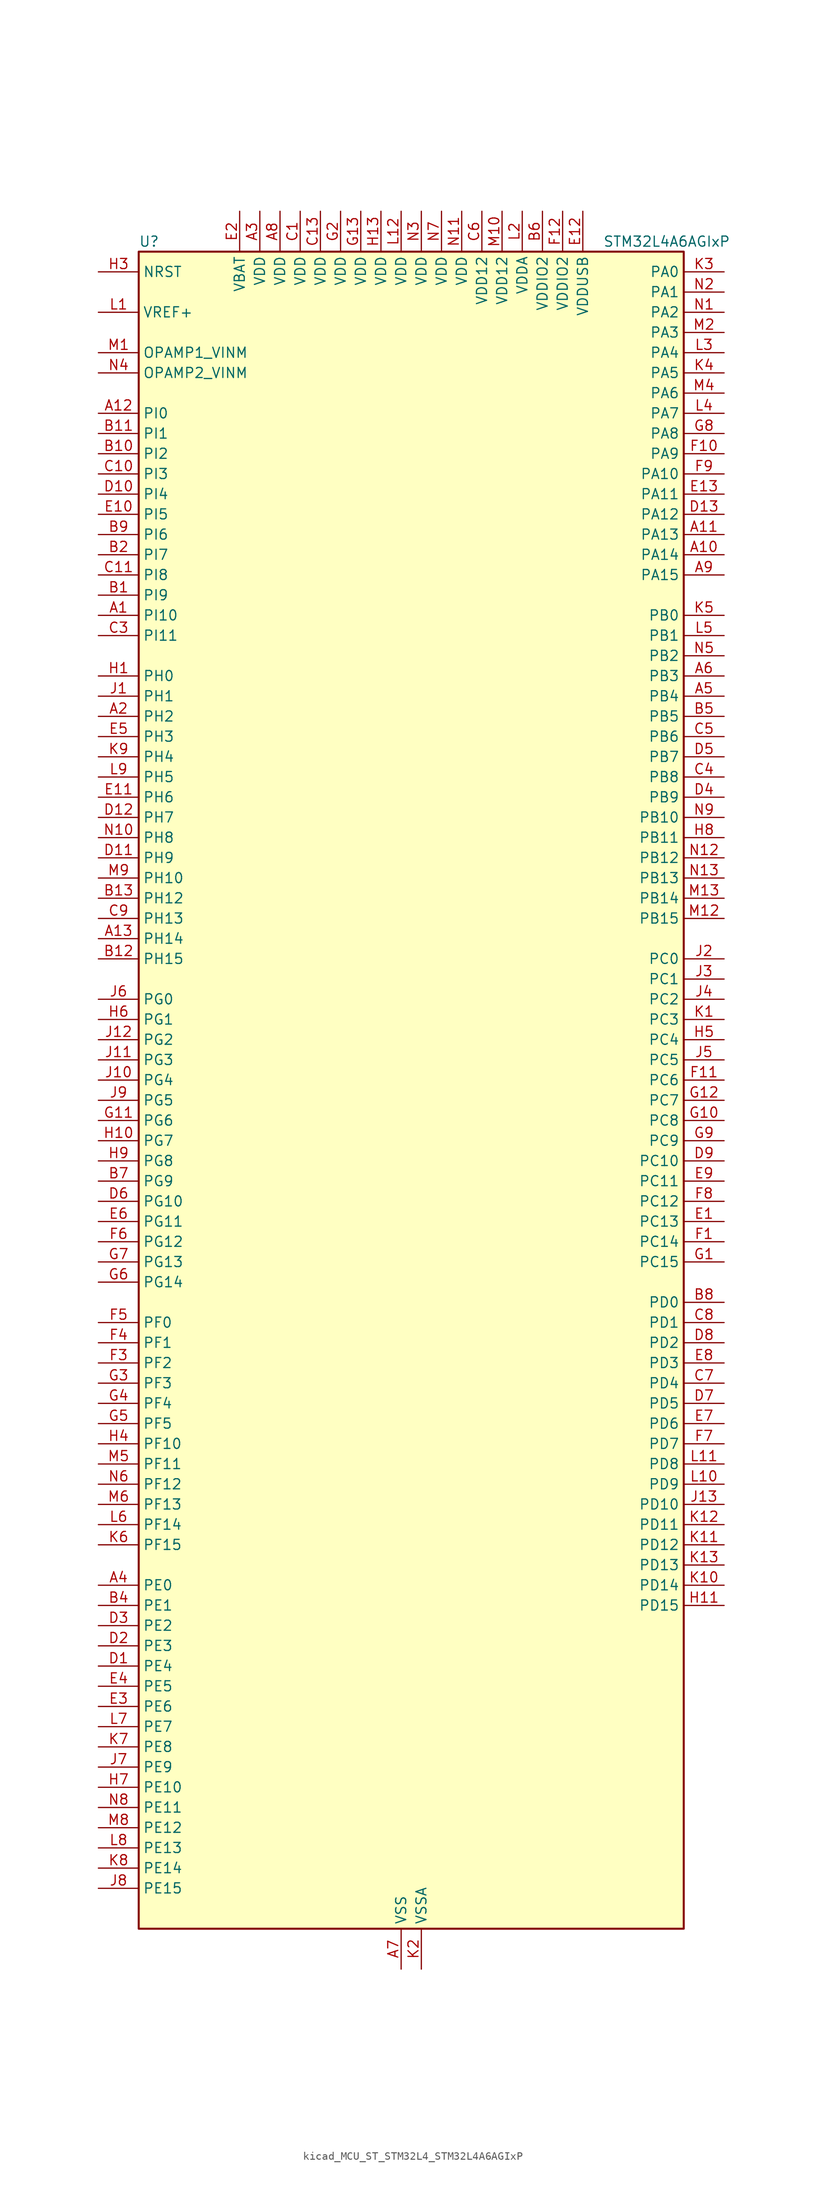
<source format=kicad_sym>
(kicad_symbol_lib
  (version 20220914)
  (generator kicad_symbol_editor)
  (symbol "kicad_MCU_ST_STM32L4_STM32L4A6AGIxP"
    (property "Reference" "U"
      (at -33.02 107.95 0)
      (effects (font (size 1.27 1.27)) (justify left)))
    (property "Value" "STM32L4A6AGIxP"
      (at 25.4 107.95 0)
      (effects (font (size 1.27 1.27)) (justify left)))
    (property "ki_locked" ""
      (at 0 0 0)
      (effects (font (size 1.27 1.27))))
    (symbol "kicad_MCU_ST_STM32L4_STM32L4A6AGIxP_0_1"
      (rectangle (start -33.02 -104.14) (end 35.56 106.68) (stroke (width 0.254) (type default)) (fill (type background))))
    (symbol "kicad_MCU_ST_STM32L4_STM32L4A6AGIxP_1_1"
      (pin bidirectional line (at -38.1 60.96 0) (length 5.08) (name "PI10" (effects (font (size 1.27 1.27)))) (number "A1" (effects (font (size 1.27 1.27)))))
      (pin bidirectional line (at 40.64 68.58 180) (length 5.08) (name "PA14" (effects (font (size 1.27 1.27)))) (number "A10" (effects (font (size 1.27 1.27)))) (alternate "I2C1_SMBA" bidirectional line) (alternate "I2C4_SMBA" bidirectional line) (alternate "LPTIM1_OUT" bidirectional line) (alternate "SAI1_FS_B" bidirectional line) (alternate "SWPMI1_RX" bidirectional line) (alternate "SYS_JTCK-SWCLK" bidirectional line) (alternate "USB_OTG_FS_SOF" bidirectional line))
      (pin bidirectional line (at 40.64 71.12 180) (length 5.08) (name "PA13" (effects (font (size 1.27 1.27)))) (number "A11" (effects (font (size 1.27 1.27)))) (alternate "IR_OUT" bidirectional line) (alternate "SAI1_SD_B" bidirectional line) (alternate "SWPMI1_TX" bidirectional line) (alternate "SYS_JTMS-SWDIO" bidirectional line) (alternate "USB_OTG_FS_NOE" bidirectional line))
      (pin bidirectional line (at -38.1 86.36 0) (length 5.08) (name "PI0" (effects (font (size 1.27 1.27)))) (number "A12" (effects (font (size 1.27 1.27)))) (alternate "DCMI_D13" bidirectional line) (alternate "SPI2_NSS" bidirectional line) (alternate "TIM5_CH4" bidirectional line))
      (pin bidirectional line (at -38.1 20.32 0) (length 5.08) (name "PH14" (effects (font (size 1.27 1.27)))) (number "A13" (effects (font (size 1.27 1.27)))) (alternate "DCMI_D4" bidirectional line) (alternate "TIM8_CH2N" bidirectional line))
      (pin bidirectional line (at -38.1 48.26 0) (length 5.08) (name "PH2" (effects (font (size 1.27 1.27)))) (number "A2" (effects (font (size 1.27 1.27)))) (alternate "QUADSPI_BK2_IO0" bidirectional line))
      (pin power_in line (at -17.78 111.76 270) (length 5.08) (name "VDD" (effects (font (size 1.27 1.27)))) (number "A3" (effects (font (size 1.27 1.27)))))
      (pin bidirectional line (at -38.1 -60.96 0) (length 5.08) (name "PE0" (effects (font (size 1.27 1.27)))) (number "A4" (effects (font (size 1.27 1.27)))) (alternate "DCMI_D2" bidirectional line) (alternate "FMC_NBL0" bidirectional line) (alternate "LCD_SEG36" bidirectional line) (alternate "TIM16_CH1" bidirectional line) (alternate "TIM4_ETR" bidirectional line))
      (pin bidirectional line (at 40.64 50.8 180) (length 5.08) (name "PB4" (effects (font (size 1.27 1.27)))) (number "A5" (effects (font (size 1.27 1.27)))) (alternate "COMP2_INP" bidirectional line) (alternate "DCMI_D12" bidirectional line) (alternate "I2C3_SDA" bidirectional line) (alternate "LCD_SEG8" bidirectional line) (alternate "SAI1_MCLK_B" bidirectional line) (alternate "SPI1_MISO" bidirectional line) (alternate "SPI3_MISO" bidirectional line) (alternate "SYS_JTRST" bidirectional line) (alternate "TIM17_BKIN" bidirectional line) (alternate "TIM3_CH1" bidirectional line) (alternate "TSC_G2_IO1" bidirectional line) (alternate "UART5_DE" bidirectional line) (alternate "UART5_RTS" bidirectional line) (alternate "USART1_CTS" bidirectional line))
      (pin bidirectional line (at 40.64 53.34 180) (length 5.08) (name "PB3" (effects (font (size 1.27 1.27)))) (number "A6" (effects (font (size 1.27 1.27)))) (alternate "COMP2_INM" bidirectional line) (alternate "CRS_SYNC" bidirectional line) (alternate "LCD_SEG7" bidirectional line) (alternate "SAI1_SCK_B" bidirectional line) (alternate "SPI1_SCK" bidirectional line) (alternate "SPI3_SCK" bidirectional line) (alternate "SYS_JTDO-SWO" bidirectional line) (alternate "TIM2_CH2" bidirectional line) (alternate "USART1_DE" bidirectional line) (alternate "USART1_RTS" bidirectional line))
      (pin power_in line (at 0 -109.22 90) (length 5.08) (name "VSS" (effects (font (size 1.27 1.27)))) (number "A7" (effects (font (size 1.27 1.27)))))
      (pin power_in line (at -15.24 111.76 270) (length 5.08) (name "VDD" (effects (font (size 1.27 1.27)))) (number "A8" (effects (font (size 1.27 1.27)))))
      (pin bidirectional line (at 40.64 66.04 180) (length 5.08) (name "PA15" (effects (font (size 1.27 1.27)))) (number "A9" (effects (font (size 1.27 1.27)))) (alternate "ADC1_EXTI15" bidirectional line) (alternate "ADC2_EXTI15" bidirectional line) (alternate "ADC3_EXTI15" bidirectional line) (alternate "LCD_SEG17" bidirectional line) (alternate "SAI2_FS_B" bidirectional line) (alternate "SPI1_NSS" bidirectional line) (alternate "SPI3_NSS" bidirectional line) (alternate "SWPMI1_SUSPEND" bidirectional line) (alternate "SYS_JTDI" bidirectional line) (alternate "TIM2_CH1" bidirectional line) (alternate "TIM2_ETR" bidirectional line) (alternate "TSC_G3_IO1" bidirectional line) (alternate "UART4_DE" bidirectional line) (alternate "UART4_RTS" bidirectional line) (alternate "USART2_RX" bidirectional line) (alternate "USART3_DE" bidirectional line) (alternate "USART3_RTS" bidirectional line))
      (pin bidirectional line (at -38.1 63.5 0) (length 5.08) (name "PI9" (effects (font (size 1.27 1.27)))) (number "B1" (effects (font (size 1.27 1.27)))) (alternate "CAN1_RX" bidirectional line) (alternate "DAC1_EXTI9" bidirectional line))
      (pin bidirectional line (at -38.1 81.28 0) (length 5.08) (name "PI2" (effects (font (size 1.27 1.27)))) (number "B10" (effects (font (size 1.27 1.27)))) (alternate "DCMI_D9" bidirectional line) (alternate "SPI2_MISO" bidirectional line) (alternate "TIM8_CH4" bidirectional line))
      (pin bidirectional line (at -38.1 83.82 0) (length 5.08) (name "PI1" (effects (font (size 1.27 1.27)))) (number "B11" (effects (font (size 1.27 1.27)))) (alternate "DCMI_D8" bidirectional line) (alternate "SPI2_SCK" bidirectional line))
      (pin bidirectional line (at -38.1 17.78 0) (length 5.08) (name "PH15" (effects (font (size 1.27 1.27)))) (number "B12" (effects (font (size 1.27 1.27)))) (alternate "ADC1_EXTI15" bidirectional line) (alternate "ADC2_EXTI15" bidirectional line) (alternate "ADC3_EXTI15" bidirectional line) (alternate "DCMI_D11" bidirectional line) (alternate "TIM8_CH3N" bidirectional line))
      (pin bidirectional line (at -38.1 25.4 0) (length 5.08) (name "PH12" (effects (font (size 1.27 1.27)))) (number "B13" (effects (font (size 1.27 1.27)))) (alternate "DCMI_D3" bidirectional line) (alternate "TIM5_CH3" bidirectional line))
      (pin bidirectional line (at -38.1 68.58 0) (length 5.08) (name "PI7" (effects (font (size 1.27 1.27)))) (number "B2" (effects (font (size 1.27 1.27)))) (alternate "DCMI_D7" bidirectional line) (alternate "TIM8_CH3" bidirectional line))
      (pin passive line (at 0 -109.22 90) (length 5.08) hide (name "VSS" (effects (font (size 1.27 1.27)))) (number "B3" (effects (font (size 1.27 1.27)))))
      (pin bidirectional line (at -38.1 -63.5 0) (length 5.08) (name "PE1" (effects (font (size 1.27 1.27)))) (number "B4" (effects (font (size 1.27 1.27)))) (alternate "DCMI_D3" bidirectional line) (alternate "FMC_NBL1" bidirectional line) (alternate "LCD_SEG37" bidirectional line) (alternate "TIM17_CH1" bidirectional line))
      (pin bidirectional line (at 40.64 48.26 180) (length 5.08) (name "PB5" (effects (font (size 1.27 1.27)))) (number "B5" (effects (font (size 1.27 1.27)))) (alternate "CAN2_RX" bidirectional line) (alternate "COMP2_OUT" bidirectional line) (alternate "DCMI_D10" bidirectional line) (alternate "I2C1_SMBA" bidirectional line) (alternate "LCD_SEG9" bidirectional line) (alternate "LPTIM1_IN1" bidirectional line) (alternate "SAI1_SD_B" bidirectional line) (alternate "SPI1_MOSI" bidirectional line) (alternate "SPI3_MOSI" bidirectional line) (alternate "TIM16_BKIN" bidirectional line) (alternate "TIM3_CH2" bidirectional line) (alternate "TSC_G2_IO2" bidirectional line) (alternate "UART5_CTS" bidirectional line) (alternate "USART1_CK" bidirectional line))
      (pin power_in line (at 17.78 111.76 270) (length 5.08) (name "VDDIO2" (effects (font (size 1.27 1.27)))) (number "B6" (effects (font (size 1.27 1.27)))))
      (pin bidirectional line (at -38.1 -10.16 0) (length 5.08) (name "PG9" (effects (font (size 1.27 1.27)))) (number "B7" (effects (font (size 1.27 1.27)))) (alternate "DAC1_EXTI9" bidirectional line) (alternate "FMC_NCE" bidirectional line) (alternate "FMC_NE2" bidirectional line) (alternate "SAI2_SCK_A" bidirectional line) (alternate "SPI3_SCK" bidirectional line) (alternate "TIM15_CH1N" bidirectional line) (alternate "USART1_TX" bidirectional line))
      (pin bidirectional line (at 40.64 -25.4 180) (length 5.08) (name "PD0" (effects (font (size 1.27 1.27)))) (number "B8" (effects (font (size 1.27 1.27)))) (alternate "CAN1_RX" bidirectional line) (alternate "DFSDM1_DATIN7" bidirectional line) (alternate "FMC_D2" bidirectional line) (alternate "FMC_DA2" bidirectional line) (alternate "SPI2_NSS" bidirectional line))
      (pin bidirectional line (at -38.1 71.12 0) (length 5.08) (name "PI6" (effects (font (size 1.27 1.27)))) (number "B9" (effects (font (size 1.27 1.27)))) (alternate "DCMI_D6" bidirectional line) (alternate "TIM8_CH2" bidirectional line))
      (pin power_in line (at -12.7 111.76 270) (length 5.08) (name "VDD" (effects (font (size 1.27 1.27)))) (number "C1" (effects (font (size 1.27 1.27)))))
      (pin bidirectional line (at -38.1 78.74 0) (length 5.08) (name "PI3" (effects (font (size 1.27 1.27)))) (number "C10" (effects (font (size 1.27 1.27)))) (alternate "DCMI_D10" bidirectional line) (alternate "SPI2_MOSI" bidirectional line) (alternate "TIM8_ETR" bidirectional line))
      (pin bidirectional line (at -38.1 66.04 0) (length 5.08) (name "PI8" (effects (font (size 1.27 1.27)))) (number "C11" (effects (font (size 1.27 1.27)))) (alternate "DCMI_D12" bidirectional line))
      (pin passive line (at 0 -109.22 90) (length 5.08) hide (name "VSS" (effects (font (size 1.27 1.27)))) (number "C12" (effects (font (size 1.27 1.27)))))
      (pin power_in line (at -10.16 111.76 270) (length 5.08) (name "VDD" (effects (font (size 1.27 1.27)))) (number "C13" (effects (font (size 1.27 1.27)))))
      (pin passive line (at 0 -109.22 90) (length 5.08) hide (name "VSS" (effects (font (size 1.27 1.27)))) (number "C2" (effects (font (size 1.27 1.27)))))
      (pin bidirectional line (at -38.1 58.42 0) (length 5.08) (name "PI11" (effects (font (size 1.27 1.27)))) (number "C3" (effects (font (size 1.27 1.27)))) (alternate "ADC1_EXTI11" bidirectional line) (alternate "ADC2_EXTI11" bidirectional line) (alternate "ADC3_EXTI11" bidirectional line))
      (pin bidirectional line (at 40.64 40.64 180) (length 5.08) (name "PB8" (effects (font (size 1.27 1.27)))) (number "C4" (effects (font (size 1.27 1.27)))) (alternate "CAN1_RX" bidirectional line) (alternate "DCMI_D6" bidirectional line) (alternate "DFSDM1_DATIN6" bidirectional line) (alternate "I2C1_SCL" bidirectional line) (alternate "LCD_SEG16" bidirectional line) (alternate "SAI1_MCLK_A" bidirectional line) (alternate "SDMMC1_D4" bidirectional line) (alternate "TIM16_CH1" bidirectional line) (alternate "TIM4_CH3" bidirectional line))
      (pin bidirectional line (at 40.64 45.72 180) (length 5.08) (name "PB6" (effects (font (size 1.27 1.27)))) (number "C5" (effects (font (size 1.27 1.27)))) (alternate "CAN2_TX" bidirectional line) (alternate "COMP2_INP" bidirectional line) (alternate "DCMI_D5" bidirectional line) (alternate "DFSDM1_DATIN5" bidirectional line) (alternate "I2C1_SCL" bidirectional line) (alternate "I2C4_SCL" bidirectional line) (alternate "LPTIM1_ETR" bidirectional line) (alternate "SAI1_FS_B" bidirectional line) (alternate "TIM16_CH1N" bidirectional line) (alternate "TIM4_CH1" bidirectional line) (alternate "TIM8_BKIN2" bidirectional line) (alternate "TIM8_BKIN2_COMP2" bidirectional line) (alternate "TSC_G2_IO3" bidirectional line) (alternate "USART1_TX" bidirectional line))
      (pin power_in line (at 10.16 111.76 270) (length 5.08) (name "VDD12" (effects (font (size 1.27 1.27)))) (number "C6" (effects (font (size 1.27 1.27)))))
      (pin bidirectional line (at 40.64 -35.56 180) (length 5.08) (name "PD4" (effects (font (size 1.27 1.27)))) (number "C7" (effects (font (size 1.27 1.27)))) (alternate "DFSDM1_CKIN0" bidirectional line) (alternate "FMC_NOE" bidirectional line) (alternate "QUADSPI_BK2_IO0" bidirectional line) (alternate "SPI2_MOSI" bidirectional line) (alternate "USART2_DE" bidirectional line) (alternate "USART2_RTS" bidirectional line))
      (pin bidirectional line (at 40.64 -27.94 180) (length 5.08) (name "PD1" (effects (font (size 1.27 1.27)))) (number "C8" (effects (font (size 1.27 1.27)))) (alternate "CAN1_TX" bidirectional line) (alternate "DFSDM1_CKIN7" bidirectional line) (alternate "FMC_D3" bidirectional line) (alternate "FMC_DA3" bidirectional line) (alternate "SPI2_SCK" bidirectional line))
      (pin bidirectional line (at -38.1 22.86 0) (length 5.08) (name "PH13" (effects (font (size 1.27 1.27)))) (number "C9" (effects (font (size 1.27 1.27)))) (alternate "CAN1_TX" bidirectional line) (alternate "TIM8_CH1N" bidirectional line))
      (pin bidirectional line (at -38.1 -71.12 0) (length 5.08) (name "PE4" (effects (font (size 1.27 1.27)))) (number "D1" (effects (font (size 1.27 1.27)))) (alternate "DCMI_D4" bidirectional line) (alternate "DFSDM1_DATIN3" bidirectional line) (alternate "FMC_A20" bidirectional line) (alternate "SAI1_FS_A" bidirectional line) (alternate "SYS_TRACED1" bidirectional line) (alternate "TIM3_CH2" bidirectional line) (alternate "TSC_G7_IO3" bidirectional line))
      (pin bidirectional line (at -38.1 76.2 0) (length 5.08) (name "PI4" (effects (font (size 1.27 1.27)))) (number "D10" (effects (font (size 1.27 1.27)))) (alternate "DCMI_D5" bidirectional line) (alternate "TIM8_BKIN" bidirectional line))
      (pin bidirectional line (at -38.1 30.48 0) (length 5.08) (name "PH9" (effects (font (size 1.27 1.27)))) (number "D11" (effects (font (size 1.27 1.27)))) (alternate "DAC1_EXTI9" bidirectional line) (alternate "DCMI_D0" bidirectional line) (alternate "I2C3_SMBA" bidirectional line))
      (pin bidirectional line (at -38.1 35.56 0) (length 5.08) (name "PH7" (effects (font (size 1.27 1.27)))) (number "D12" (effects (font (size 1.27 1.27)))) (alternate "DCMI_D9" bidirectional line) (alternate "I2C3_SCL" bidirectional line))
      (pin bidirectional line (at 40.64 73.66 180) (length 5.08) (name "PA12" (effects (font (size 1.27 1.27)))) (number "D13" (effects (font (size 1.27 1.27)))) (alternate "CAN1_TX" bidirectional line) (alternate "SPI1_MOSI" bidirectional line) (alternate "TIM1_ETR" bidirectional line) (alternate "USART1_DE" bidirectional line) (alternate "USART1_RTS" bidirectional line) (alternate "USB_OTG_FS_DP" bidirectional line))
      (pin bidirectional line (at -38.1 -68.58 0) (length 5.08) (name "PE3" (effects (font (size 1.27 1.27)))) (number "D2" (effects (font (size 1.27 1.27)))) (alternate "FMC_A19" bidirectional line) (alternate "LCD_SEG39" bidirectional line) (alternate "SAI1_SD_B" bidirectional line) (alternate "SYS_TRACED0" bidirectional line) (alternate "TIM3_CH1" bidirectional line) (alternate "TSC_G7_IO2" bidirectional line))
      (pin bidirectional line (at -38.1 -66.04 0) (length 5.08) (name "PE2" (effects (font (size 1.27 1.27)))) (number "D3" (effects (font (size 1.27 1.27)))) (alternate "FMC_A23" bidirectional line) (alternate "LCD_SEG38" bidirectional line) (alternate "SAI1_MCLK_A" bidirectional line) (alternate "SYS_TRACECLK" bidirectional line) (alternate "TIM3_ETR" bidirectional line) (alternate "TSC_G7_IO1" bidirectional line))
      (pin bidirectional line (at 40.64 38.1 180) (length 5.08) (name "PB9" (effects (font (size 1.27 1.27)))) (number "D4" (effects (font (size 1.27 1.27)))) (alternate "CAN1_TX" bidirectional line) (alternate "DAC1_EXTI9" bidirectional line) (alternate "DCMI_D7" bidirectional line) (alternate "DFSDM1_CKIN6" bidirectional line) (alternate "I2C1_SDA" bidirectional line) (alternate "IR_OUT" bidirectional line) (alternate "LCD_COM3" bidirectional line) (alternate "SAI1_FS_A" bidirectional line) (alternate "SDMMC1_D5" bidirectional line) (alternate "SPI2_NSS" bidirectional line) (alternate "TIM17_CH1" bidirectional line) (alternate "TIM4_CH4" bidirectional line))
      (pin bidirectional line (at 40.64 43.18 180) (length 5.08) (name "PB7" (effects (font (size 1.27 1.27)))) (number "D5" (effects (font (size 1.27 1.27)))) (alternate "COMP2_INM" bidirectional line) (alternate "DCMI_VSYNC" bidirectional line) (alternate "DFSDM1_CKIN5" bidirectional line) (alternate "FMC_NL" bidirectional line) (alternate "I2C1_SDA" bidirectional line) (alternate "I2C4_SDA" bidirectional line) (alternate "LCD_SEG21" bidirectional line) (alternate "LPTIM1_IN2" bidirectional line) (alternate "SYS_PVD_IN" bidirectional line) (alternate "TIM17_CH1N" bidirectional line) (alternate "TIM4_CH2" bidirectional line) (alternate "TIM8_BKIN" bidirectional line) (alternate "TIM8_BKIN_COMP1" bidirectional line) (alternate "TSC_G2_IO4" bidirectional line) (alternate "UART4_CTS" bidirectional line) (alternate "USART1_RX" bidirectional line))
      (pin bidirectional line (at -38.1 -12.7 0) (length 5.08) (name "PG10" (effects (font (size 1.27 1.27)))) (number "D6" (effects (font (size 1.27 1.27)))) (alternate "FMC_NE3" bidirectional line) (alternate "LPTIM1_IN1" bidirectional line) (alternate "SAI2_FS_A" bidirectional line) (alternate "SPI3_MISO" bidirectional line) (alternate "TIM15_CH1" bidirectional line) (alternate "USART1_RX" bidirectional line))
      (pin bidirectional line (at 40.64 -38.1 180) (length 5.08) (name "PD5" (effects (font (size 1.27 1.27)))) (number "D7" (effects (font (size 1.27 1.27)))) (alternate "FMC_NWE" bidirectional line) (alternate "QUADSPI_BK2_IO1" bidirectional line) (alternate "USART2_TX" bidirectional line))
      (pin bidirectional line (at 40.64 -30.48 180) (length 5.08) (name "PD2" (effects (font (size 1.27 1.27)))) (number "D8" (effects (font (size 1.27 1.27)))) (alternate "DCMI_D11" bidirectional line) (alternate "LCD_COM7" bidirectional line) (alternate "LCD_SEG31" bidirectional line) (alternate "LCD_SEG43" bidirectional line) (alternate "SDMMC1_CMD" bidirectional line) (alternate "SYS_TRACED2" bidirectional line) (alternate "TIM3_ETR" bidirectional line) (alternate "TSC_SYNC" bidirectional line) (alternate "UART5_RX" bidirectional line) (alternate "USART3_DE" bidirectional line) (alternate "USART3_RTS" bidirectional line))
      (pin bidirectional line (at 40.64 -7.62 180) (length 5.08) (name "PC10" (effects (font (size 1.27 1.27)))) (number "D9" (effects (font (size 1.27 1.27)))) (alternate "DCMI_D8" bidirectional line) (alternate "LCD_COM4" bidirectional line) (alternate "LCD_SEG28" bidirectional line) (alternate "LCD_SEG40" bidirectional line) (alternate "SAI2_SCK_B" bidirectional line) (alternate "SDMMC1_D2" bidirectional line) (alternate "SPI3_SCK" bidirectional line) (alternate "SYS_TRACED1" bidirectional line) (alternate "TSC_G3_IO2" bidirectional line) (alternate "UART4_TX" bidirectional line) (alternate "USART3_TX" bidirectional line))
      (pin bidirectional line (at 40.64 -15.24 180) (length 5.08) (name "PC13" (effects (font (size 1.27 1.27)))) (number "E1" (effects (font (size 1.27 1.27)))) (alternate "RTC_OUT_ALARM" bidirectional line) (alternate "RTC_OUT_CALIB" bidirectional line) (alternate "RTC_TAMP1" bidirectional line) (alternate "RTC_TS" bidirectional line) (alternate "SYS_WKUP2" bidirectional line))
      (pin bidirectional line (at -38.1 73.66 0) (length 5.08) (name "PI5" (effects (font (size 1.27 1.27)))) (number "E10" (effects (font (size 1.27 1.27)))) (alternate "DCMI_VSYNC" bidirectional line) (alternate "TIM8_CH1" bidirectional line))
      (pin bidirectional line (at -38.1 38.1 0) (length 5.08) (name "PH6" (effects (font (size 1.27 1.27)))) (number "E11" (effects (font (size 1.27 1.27)))) (alternate "DCMI_D8" bidirectional line) (alternate "I2C2_SMBA" bidirectional line))
      (pin power_in line (at 22.86 111.76 270) (length 5.08) (name "VDDUSB" (effects (font (size 1.27 1.27)))) (number "E12" (effects (font (size 1.27 1.27)))))
      (pin bidirectional line (at 40.64 76.2 180) (length 5.08) (name "PA11" (effects (font (size 1.27 1.27)))) (number "E13" (effects (font (size 1.27 1.27)))) (alternate "ADC1_EXTI11" bidirectional line) (alternate "ADC2_EXTI11" bidirectional line) (alternate "ADC3_EXTI11" bidirectional line) (alternate "CAN1_RX" bidirectional line) (alternate "SPI1_MISO" bidirectional line) (alternate "TIM1_BKIN2" bidirectional line) (alternate "TIM1_BKIN2_COMP1" bidirectional line) (alternate "TIM1_CH4" bidirectional line) (alternate "USART1_CTS" bidirectional line) (alternate "USB_OTG_FS_DM" bidirectional line))
      (pin power_in line (at -20.32 111.76 270) (length 5.08) (name "VBAT" (effects (font (size 1.27 1.27)))) (number "E2" (effects (font (size 1.27 1.27)))))
      (pin bidirectional line (at -38.1 -76.2 0) (length 5.08) (name "PE6" (effects (font (size 1.27 1.27)))) (number "E3" (effects (font (size 1.27 1.27)))) (alternate "DCMI_D7" bidirectional line) (alternate "FMC_A22" bidirectional line) (alternate "RTC_TAMP3" bidirectional line) (alternate "SAI1_SD_A" bidirectional line) (alternate "SYS_TRACED3" bidirectional line) (alternate "SYS_WKUP3" bidirectional line) (alternate "TIM3_CH4" bidirectional line))
      (pin bidirectional line (at -38.1 -73.66 0) (length 5.08) (name "PE5" (effects (font (size 1.27 1.27)))) (number "E4" (effects (font (size 1.27 1.27)))) (alternate "DCMI_D6" bidirectional line) (alternate "DFSDM1_CKIN3" bidirectional line) (alternate "FMC_A21" bidirectional line) (alternate "SAI1_SCK_A" bidirectional line) (alternate "SYS_TRACED2" bidirectional line) (alternate "TIM3_CH3" bidirectional line) (alternate "TSC_G7_IO4" bidirectional line))
      (pin bidirectional line (at -38.1 45.72 0) (length 5.08) (name "PH3" (effects (font (size 1.27 1.27)))) (number "E5" (effects (font (size 1.27 1.27)))))
      (pin bidirectional line (at -38.1 -15.24 0) (length 5.08) (name "PG11" (effects (font (size 1.27 1.27)))) (number "E6" (effects (font (size 1.27 1.27)))) (alternate "ADC1_EXTI11" bidirectional line) (alternate "ADC2_EXTI11" bidirectional line) (alternate "ADC3_EXTI11" bidirectional line) (alternate "LPTIM1_IN2" bidirectional line) (alternate "SAI2_MCLK_A" bidirectional line) (alternate "SPI3_MOSI" bidirectional line) (alternate "TIM15_CH2" bidirectional line) (alternate "USART1_CTS" bidirectional line))
      (pin bidirectional line (at 40.64 -40.64 180) (length 5.08) (name "PD6" (effects (font (size 1.27 1.27)))) (number "E7" (effects (font (size 1.27 1.27)))) (alternate "DCMI_D10" bidirectional line) (alternate "DFSDM1_DATIN1" bidirectional line) (alternate "FMC_NWAIT" bidirectional line) (alternate "QUADSPI_BK2_IO1" bidirectional line) (alternate "QUADSPI_BK2_IO2" bidirectional line) (alternate "SAI1_SD_A" bidirectional line) (alternate "USART2_RX" bidirectional line))
      (pin bidirectional line (at 40.64 -33.02 180) (length 5.08) (name "PD3" (effects (font (size 1.27 1.27)))) (number "E8" (effects (font (size 1.27 1.27)))) (alternate "DCMI_D5" bidirectional line) (alternate "DFSDM1_DATIN0" bidirectional line) (alternate "FMC_CLK" bidirectional line) (alternate "QUADSPI_BK2_NCS" bidirectional line) (alternate "SPI2_MISO" bidirectional line) (alternate "SPI2_SCK" bidirectional line) (alternate "USART2_CTS" bidirectional line))
      (pin bidirectional line (at 40.64 -10.16 180) (length 5.08) (name "PC11" (effects (font (size 1.27 1.27)))) (number "E9" (effects (font (size 1.27 1.27)))) (alternate "ADC1_EXTI11" bidirectional line) (alternate "ADC2_EXTI11" bidirectional line) (alternate "ADC3_EXTI11" bidirectional line) (alternate "DCMI_D4" bidirectional line) (alternate "LCD_COM5" bidirectional line) (alternate "LCD_SEG29" bidirectional line) (alternate "LCD_SEG41" bidirectional line) (alternate "QUADSPI_BK2_NCS" bidirectional line) (alternate "SAI2_MCLK_B" bidirectional line) (alternate "SDMMC1_D3" bidirectional line) (alternate "SPI3_MISO" bidirectional line) (alternate "TSC_G3_IO3" bidirectional line) (alternate "UART4_RX" bidirectional line) (alternate "USART3_RX" bidirectional line))
      (pin bidirectional line (at 40.64 -17.78 180) (length 5.08) (name "PC14" (effects (font (size 1.27 1.27)))) (number "F1" (effects (font (size 1.27 1.27)))) (alternate "RCC_OSC32_IN" bidirectional line))
      (pin bidirectional line (at 40.64 81.28 180) (length 5.08) (name "PA9" (effects (font (size 1.27 1.27)))) (number "F10" (effects (font (size 1.27 1.27)))) (alternate "DAC1_EXTI9" bidirectional line) (alternate "DCMI_D0" bidirectional line) (alternate "LCD_COM1" bidirectional line) (alternate "SAI1_FS_A" bidirectional line) (alternate "SPI2_SCK" bidirectional line) (alternate "TIM15_BKIN" bidirectional line) (alternate "TIM1_CH2" bidirectional line) (alternate "USART1_TX" bidirectional line) (alternate "USB_OTG_FS_VBUS" bidirectional line))
      (pin bidirectional line (at 40.64 2.54 180) (length 5.08) (name "PC6" (effects (font (size 1.27 1.27)))) (number "F11" (effects (font (size 1.27 1.27)))) (alternate "DCMI_D0" bidirectional line) (alternate "DFSDM1_CKIN3" bidirectional line) (alternate "LCD_SEG24" bidirectional line) (alternate "SAI2_MCLK_A" bidirectional line) (alternate "SDMMC1_D6" bidirectional line) (alternate "TIM3_CH1" bidirectional line) (alternate "TIM8_CH1" bidirectional line) (alternate "TSC_G4_IO1" bidirectional line))
      (pin power_in line (at 20.32 111.76 270) (length 5.08) (name "VDDIO2" (effects (font (size 1.27 1.27)))) (number "F12" (effects (font (size 1.27 1.27)))))
      (pin passive line (at 0 -109.22 90) (length 5.08) hide (name "VSS" (effects (font (size 1.27 1.27)))) (number "F13" (effects (font (size 1.27 1.27)))))
      (pin passive line (at 0 -109.22 90) (length 5.08) hide (name "VSS" (effects (font (size 1.27 1.27)))) (number "F2" (effects (font (size 1.27 1.27)))))
      (pin bidirectional line (at -38.1 -33.02 0) (length 5.08) (name "PF2" (effects (font (size 1.27 1.27)))) (number "F3" (effects (font (size 1.27 1.27)))) (alternate "FMC_A2" bidirectional line) (alternate "I2C2_SMBA" bidirectional line))
      (pin bidirectional line (at -38.1 -30.48 0) (length 5.08) (name "PF1" (effects (font (size 1.27 1.27)))) (number "F4" (effects (font (size 1.27 1.27)))) (alternate "FMC_A1" bidirectional line) (alternate "I2C2_SCL" bidirectional line))
      (pin bidirectional line (at -38.1 -27.94 0) (length 5.08) (name "PF0" (effects (font (size 1.27 1.27)))) (number "F5" (effects (font (size 1.27 1.27)))) (alternate "FMC_A0" bidirectional line) (alternate "I2C2_SDA" bidirectional line))
      (pin bidirectional line (at -38.1 -17.78 0) (length 5.08) (name "PG12" (effects (font (size 1.27 1.27)))) (number "F6" (effects (font (size 1.27 1.27)))) (alternate "FMC_NE4" bidirectional line) (alternate "LPTIM1_ETR" bidirectional line) (alternate "SAI2_SD_A" bidirectional line) (alternate "SPI3_NSS" bidirectional line) (alternate "USART1_DE" bidirectional line) (alternate "USART1_RTS" bidirectional line))
      (pin bidirectional line (at 40.64 -43.18 180) (length 5.08) (name "PD7" (effects (font (size 1.27 1.27)))) (number "F7" (effects (font (size 1.27 1.27)))) (alternate "DFSDM1_CKIN1" bidirectional line) (alternate "FMC_NE1" bidirectional line) (alternate "QUADSPI_BK2_IO3" bidirectional line) (alternate "USART2_CK" bidirectional line))
      (pin bidirectional line (at 40.64 -12.7 180) (length 5.08) (name "PC12" (effects (font (size 1.27 1.27)))) (number "F8" (effects (font (size 1.27 1.27)))) (alternate "DCMI_D9" bidirectional line) (alternate "LCD_COM6" bidirectional line) (alternate "LCD_SEG30" bidirectional line) (alternate "LCD_SEG42" bidirectional line) (alternate "SAI2_SD_B" bidirectional line) (alternate "SDMMC1_CK" bidirectional line) (alternate "SPI3_MOSI" bidirectional line) (alternate "SYS_TRACED3" bidirectional line) (alternate "TSC_G3_IO4" bidirectional line) (alternate "UART5_TX" bidirectional line) (alternate "USART3_CK" bidirectional line))
      (pin bidirectional line (at 40.64 78.74 180) (length 5.08) (name "PA10" (effects (font (size 1.27 1.27)))) (number "F9" (effects (font (size 1.27 1.27)))) (alternate "DCMI_D1" bidirectional line) (alternate "LCD_COM2" bidirectional line) (alternate "SAI1_SD_A" bidirectional line) (alternate "TIM17_BKIN" bidirectional line) (alternate "TIM1_CH3" bidirectional line) (alternate "USART1_RX" bidirectional line) (alternate "USB_OTG_FS_ID" bidirectional line))
      (pin bidirectional line (at 40.64 -20.32 180) (length 5.08) (name "PC15" (effects (font (size 1.27 1.27)))) (number "G1" (effects (font (size 1.27 1.27)))) (alternate "ADC1_EXTI15" bidirectional line) (alternate "ADC2_EXTI15" bidirectional line) (alternate "ADC3_EXTI15" bidirectional line) (alternate "RCC_OSC32_OUT" bidirectional line))
      (pin bidirectional line (at 40.64 -2.54 180) (length 5.08) (name "PC8" (effects (font (size 1.27 1.27)))) (number "G10" (effects (font (size 1.27 1.27)))) (alternate "DCMI_D2" bidirectional line) (alternate "LCD_SEG26" bidirectional line) (alternate "SDMMC1_D0" bidirectional line) (alternate "TIM3_CH3" bidirectional line) (alternate "TIM8_CH3" bidirectional line) (alternate "TSC_G4_IO3" bidirectional line))
      (pin bidirectional line (at -38.1 -2.54 0) (length 5.08) (name "PG6" (effects (font (size 1.27 1.27)))) (number "G11" (effects (font (size 1.27 1.27)))) (alternate "I2C3_SMBA" bidirectional line) (alternate "LPUART1_DE" bidirectional line) (alternate "LPUART1_RTS" bidirectional line))
      (pin bidirectional line (at 40.64 0 180) (length 5.08) (name "PC7" (effects (font (size 1.27 1.27)))) (number "G12" (effects (font (size 1.27 1.27)))) (alternate "DCMI_D1" bidirectional line) (alternate "DFSDM1_DATIN3" bidirectional line) (alternate "LCD_SEG25" bidirectional line) (alternate "SAI2_MCLK_B" bidirectional line) (alternate "SDMMC1_D7" bidirectional line) (alternate "TIM3_CH2" bidirectional line) (alternate "TIM8_CH2" bidirectional line) (alternate "TSC_G4_IO2" bidirectional line))
      (pin power_in line (at -5.08 111.76 270) (length 5.08) (name "VDD" (effects (font (size 1.27 1.27)))) (number "G13" (effects (font (size 1.27 1.27)))))
      (pin power_in line (at -7.62 111.76 270) (length 5.08) (name "VDD" (effects (font (size 1.27 1.27)))) (number "G2" (effects (font (size 1.27 1.27)))))
      (pin bidirectional line (at -38.1 -35.56 0) (length 5.08) (name "PF3" (effects (font (size 1.27 1.27)))) (number "G3" (effects (font (size 1.27 1.27)))) (alternate "ADC3_IN6" bidirectional line) (alternate "FMC_A3" bidirectional line))
      (pin bidirectional line (at -38.1 -38.1 0) (length 5.08) (name "PF4" (effects (font (size 1.27 1.27)))) (number "G4" (effects (font (size 1.27 1.27)))) (alternate "ADC3_IN7" bidirectional line) (alternate "FMC_A4" bidirectional line))
      (pin bidirectional line (at -38.1 -40.64 0) (length 5.08) (name "PF5" (effects (font (size 1.27 1.27)))) (number "G5" (effects (font (size 1.27 1.27)))) (alternate "ADC3_IN8" bidirectional line) (alternate "FMC_A5" bidirectional line))
      (pin bidirectional line (at -38.1 -22.86 0) (length 5.08) (name "PG14" (effects (font (size 1.27 1.27)))) (number "G6" (effects (font (size 1.27 1.27)))) (alternate "FMC_A25" bidirectional line) (alternate "I2C1_SCL" bidirectional line))
      (pin bidirectional line (at -38.1 -20.32 0) (length 5.08) (name "PG13" (effects (font (size 1.27 1.27)))) (number "G7" (effects (font (size 1.27 1.27)))) (alternate "FMC_A24" bidirectional line) (alternate "I2C1_SDA" bidirectional line) (alternate "USART1_CK" bidirectional line))
      (pin bidirectional line (at 40.64 83.82 180) (length 5.08) (name "PA8" (effects (font (size 1.27 1.27)))) (number "G8" (effects (font (size 1.27 1.27)))) (alternate "LCD_COM0" bidirectional line) (alternate "LPTIM2_OUT" bidirectional line) (alternate "RCC_MCO" bidirectional line) (alternate "SAI1_SCK_A" bidirectional line) (alternate "SWPMI1_IO" bidirectional line) (alternate "TIM1_CH1" bidirectional line) (alternate "USART1_CK" bidirectional line) (alternate "USB_OTG_FS_SOF" bidirectional line))
      (pin bidirectional line (at 40.64 -5.08 180) (length 5.08) (name "PC9" (effects (font (size 1.27 1.27)))) (number "G9" (effects (font (size 1.27 1.27)))) (alternate "DAC1_EXTI9" bidirectional line) (alternate "DCMI_D3" bidirectional line) (alternate "I2C3_SDA" bidirectional line) (alternate "LCD_SEG27" bidirectional line) (alternate "SAI2_EXTCLK" bidirectional line) (alternate "SDMMC1_D1" bidirectional line) (alternate "TIM3_CH4" bidirectional line) (alternate "TIM8_BKIN2" bidirectional line) (alternate "TIM8_BKIN2_COMP1" bidirectional line) (alternate "TIM8_CH4" bidirectional line) (alternate "TSC_G4_IO4" bidirectional line) (alternate "USB_OTG_FS_NOE" bidirectional line))
      (pin bidirectional line (at -38.1 53.34 0) (length 5.08) (name "PH0" (effects (font (size 1.27 1.27)))) (number "H1" (effects (font (size 1.27 1.27)))) (alternate "RCC_OSC_IN" bidirectional line))
      (pin bidirectional line (at -38.1 -5.08 0) (length 5.08) (name "PG7" (effects (font (size 1.27 1.27)))) (number "H10" (effects (font (size 1.27 1.27)))) (alternate "FMC_INT" bidirectional line) (alternate "I2C3_SCL" bidirectional line) (alternate "LPUART1_TX" bidirectional line) (alternate "SAI1_MCLK_A" bidirectional line))
      (pin bidirectional line (at 40.64 -63.5 180) (length 5.08) (name "PD15" (effects (font (size 1.27 1.27)))) (number "H11" (effects (font (size 1.27 1.27)))) (alternate "ADC1_EXTI15" bidirectional line) (alternate "ADC2_EXTI15" bidirectional line) (alternate "ADC3_EXTI15" bidirectional line) (alternate "FMC_D1" bidirectional line) (alternate "FMC_DA1" bidirectional line) (alternate "LCD_SEG35" bidirectional line) (alternate "TIM4_CH4" bidirectional line))
      (pin passive line (at 0 -109.22 90) (length 5.08) hide (name "VSS" (effects (font (size 1.27 1.27)))) (number "H12" (effects (font (size 1.27 1.27)))))
      (pin power_in line (at -2.54 111.76 270) (length 5.08) (name "VDD" (effects (font (size 1.27 1.27)))) (number "H13" (effects (font (size 1.27 1.27)))))
      (pin passive line (at 0 -109.22 90) (length 5.08) hide (name "VSS" (effects (font (size 1.27 1.27)))) (number "H2" (effects (font (size 1.27 1.27)))))
      (pin input line (at -38.1 104.14 0) (length 5.08) (name "NRST" (effects (font (size 1.27 1.27)))) (number "H3" (effects (font (size 1.27 1.27)))))
      (pin bidirectional line (at -38.1 -43.18 0) (length 5.08) (name "PF10" (effects (font (size 1.27 1.27)))) (number "H4" (effects (font (size 1.27 1.27)))) (alternate "ADC3_IN13" bidirectional line) (alternate "DCMI_D11" bidirectional line) (alternate "QUADSPI_CLK" bidirectional line) (alternate "TIM15_CH2" bidirectional line))
      (pin bidirectional line (at 40.64 7.62 180) (length 5.08) (name "PC4" (effects (font (size 1.27 1.27)))) (number "H5" (effects (font (size 1.27 1.27)))) (alternate "ADC1_IN13" bidirectional line) (alternate "ADC2_IN13" bidirectional line) (alternate "COMP1_INM" bidirectional line) (alternate "LCD_SEG22" bidirectional line) (alternate "QUADSPI_BK2_IO3" bidirectional line) (alternate "USART3_TX" bidirectional line))
      (pin bidirectional line (at -38.1 10.16 0) (length 5.08) (name "PG1" (effects (font (size 1.27 1.27)))) (number "H6" (effects (font (size 1.27 1.27)))) (alternate "FMC_A11" bidirectional line) (alternate "TSC_G8_IO4" bidirectional line))
      (pin bidirectional line (at -38.1 -86.36 0) (length 5.08) (name "PE10" (effects (font (size 1.27 1.27)))) (number "H7" (effects (font (size 1.27 1.27)))) (alternate "DFSDM1_DATIN4" bidirectional line) (alternate "FMC_D7" bidirectional line) (alternate "FMC_DA7" bidirectional line) (alternate "QUADSPI_CLK" bidirectional line) (alternate "SAI1_MCLK_B" bidirectional line) (alternate "TIM1_CH2N" bidirectional line) (alternate "TSC_G5_IO1" bidirectional line))
      (pin bidirectional line (at 40.64 33.02 180) (length 5.08) (name "PB11" (effects (font (size 1.27 1.27)))) (number "H8" (effects (font (size 1.27 1.27)))) (alternate "ADC1_EXTI11" bidirectional line) (alternate "ADC2_EXTI11" bidirectional line) (alternate "ADC3_EXTI11" bidirectional line) (alternate "COMP2_OUT" bidirectional line) (alternate "DFSDM1_CKIN7" bidirectional line) (alternate "I2C2_SDA" bidirectional line) (alternate "I2C4_SDA" bidirectional line) (alternate "LCD_SEG11" bidirectional line) (alternate "LPUART1_TX" bidirectional line) (alternate "QUADSPI_BK1_NCS" bidirectional line) (alternate "TIM2_CH4" bidirectional line) (alternate "USART3_RX" bidirectional line))
      (pin bidirectional line (at -38.1 -7.62 0) (length 5.08) (name "PG8" (effects (font (size 1.27 1.27)))) (number "H9" (effects (font (size 1.27 1.27)))) (alternate "I2C3_SDA" bidirectional line) (alternate "LPUART1_RX" bidirectional line))
      (pin bidirectional line (at -38.1 50.8 0) (length 5.08) (name "PH1" (effects (font (size 1.27 1.27)))) (number "J1" (effects (font (size 1.27 1.27)))) (alternate "RCC_OSC_OUT" bidirectional line))
      (pin bidirectional line (at -38.1 2.54 0) (length 5.08) (name "PG4" (effects (font (size 1.27 1.27)))) (number "J10" (effects (font (size 1.27 1.27)))) (alternate "FMC_A14" bidirectional line) (alternate "SAI2_MCLK_B" bidirectional line) (alternate "SPI1_MOSI" bidirectional line))
      (pin bidirectional line (at -38.1 5.08 0) (length 5.08) (name "PG3" (effects (font (size 1.27 1.27)))) (number "J11" (effects (font (size 1.27 1.27)))) (alternate "FMC_A13" bidirectional line) (alternate "SAI2_FS_B" bidirectional line) (alternate "SPI1_MISO" bidirectional line))
      (pin bidirectional line (at -38.1 7.62 0) (length 5.08) (name "PG2" (effects (font (size 1.27 1.27)))) (number "J12" (effects (font (size 1.27 1.27)))) (alternate "FMC_A12" bidirectional line) (alternate "SAI2_SCK_B" bidirectional line) (alternate "SPI1_SCK" bidirectional line))
      (pin bidirectional line (at 40.64 -50.8 180) (length 5.08) (name "PD10" (effects (font (size 1.27 1.27)))) (number "J13" (effects (font (size 1.27 1.27)))) (alternate "FMC_D15" bidirectional line) (alternate "FMC_DA15" bidirectional line) (alternate "LCD_SEG30" bidirectional line) (alternate "SAI2_SCK_A" bidirectional line) (alternate "TSC_G6_IO1" bidirectional line) (alternate "USART3_CK" bidirectional line))
      (pin bidirectional line (at 40.64 17.78 180) (length 5.08) (name "PC0" (effects (font (size 1.27 1.27)))) (number "J2" (effects (font (size 1.27 1.27)))) (alternate "ADC1_IN1" bidirectional line) (alternate "ADC2_IN1" bidirectional line) (alternate "ADC3_IN1" bidirectional line) (alternate "DFSDM1_DATIN4" bidirectional line) (alternate "I2C3_SCL" bidirectional line) (alternate "I2C4_SCL" bidirectional line) (alternate "LCD_SEG18" bidirectional line) (alternate "LPTIM1_IN1" bidirectional line) (alternate "LPTIM2_IN1" bidirectional line) (alternate "LPUART1_RX" bidirectional line))
      (pin bidirectional line (at 40.64 15.24 180) (length 5.08) (name "PC1" (effects (font (size 1.27 1.27)))) (number "J3" (effects (font (size 1.27 1.27)))) (alternate "ADC1_IN2" bidirectional line) (alternate "ADC2_IN2" bidirectional line) (alternate "ADC3_IN2" bidirectional line) (alternate "DFSDM1_CKIN4" bidirectional line) (alternate "I2C3_SDA" bidirectional line) (alternate "I2C4_SDA" bidirectional line) (alternate "LCD_SEG19" bidirectional line) (alternate "LPTIM1_OUT" bidirectional line) (alternate "LPUART1_TX" bidirectional line) (alternate "QUADSPI_BK2_IO0" bidirectional line) (alternate "SAI1_SD_A" bidirectional line) (alternate "SPI2_MOSI" bidirectional line) (alternate "SYS_TRACED0" bidirectional line))
      (pin bidirectional line (at 40.64 12.7 180) (length 5.08) (name "PC2" (effects (font (size 1.27 1.27)))) (number "J4" (effects (font (size 1.27 1.27)))) (alternate "ADC1_IN3" bidirectional line) (alternate "ADC2_IN3" bidirectional line) (alternate "ADC3_IN3" bidirectional line) (alternate "DFSDM1_CKOUT" bidirectional line) (alternate "LCD_SEG20" bidirectional line) (alternate "LPTIM1_IN2" bidirectional line) (alternate "QUADSPI_BK2_IO1" bidirectional line) (alternate "SPI2_MISO" bidirectional line))
      (pin bidirectional line (at 40.64 5.08 180) (length 5.08) (name "PC5" (effects (font (size 1.27 1.27)))) (number "J5" (effects (font (size 1.27 1.27)))) (alternate "ADC1_IN14" bidirectional line) (alternate "ADC2_IN14" bidirectional line) (alternate "COMP1_INP" bidirectional line) (alternate "LCD_SEG23" bidirectional line) (alternate "SYS_WKUP5" bidirectional line) (alternate "USART3_RX" bidirectional line))
      (pin bidirectional line (at -38.1 12.7 0) (length 5.08) (name "PG0" (effects (font (size 1.27 1.27)))) (number "J6" (effects (font (size 1.27 1.27)))) (alternate "FMC_A10" bidirectional line) (alternate "TSC_G8_IO3" bidirectional line))
      (pin bidirectional line (at -38.1 -83.82 0) (length 5.08) (name "PE9" (effects (font (size 1.27 1.27)))) (number "J7" (effects (font (size 1.27 1.27)))) (alternate "DAC1_EXTI9" bidirectional line) (alternate "DFSDM1_CKOUT" bidirectional line) (alternate "FMC_D6" bidirectional line) (alternate "FMC_DA6" bidirectional line) (alternate "SAI1_FS_B" bidirectional line) (alternate "TIM1_CH1" bidirectional line))
      (pin bidirectional line (at -38.1 -99.06 0) (length 5.08) (name "PE15" (effects (font (size 1.27 1.27)))) (number "J8" (effects (font (size 1.27 1.27)))) (alternate "ADC1_EXTI15" bidirectional line) (alternate "ADC2_EXTI15" bidirectional line) (alternate "ADC3_EXTI15" bidirectional line) (alternate "FMC_D12" bidirectional line) (alternate "FMC_DA12" bidirectional line) (alternate "QUADSPI_BK1_IO3" bidirectional line) (alternate "SPI1_MOSI" bidirectional line) (alternate "TIM1_BKIN" bidirectional line) (alternate "TIM1_BKIN_COMP1" bidirectional line))
      (pin bidirectional line (at -38.1 0 0) (length 5.08) (name "PG5" (effects (font (size 1.27 1.27)))) (number "J9" (effects (font (size 1.27 1.27)))) (alternate "FMC_A15" bidirectional line) (alternate "LPUART1_CTS" bidirectional line) (alternate "SAI2_SD_B" bidirectional line) (alternate "SPI1_NSS" bidirectional line))
      (pin bidirectional line (at 40.64 10.16 180) (length 5.08) (name "PC3" (effects (font (size 1.27 1.27)))) (number "K1" (effects (font (size 1.27 1.27)))) (alternate "ADC1_IN4" bidirectional line) (alternate "ADC2_IN4" bidirectional line) (alternate "ADC3_IN4" bidirectional line) (alternate "LCD_VLCD" bidirectional line) (alternate "LPTIM1_ETR" bidirectional line) (alternate "LPTIM2_ETR" bidirectional line) (alternate "QUADSPI_BK2_IO2" bidirectional line) (alternate "SAI1_SD_A" bidirectional line) (alternate "SPI2_MOSI" bidirectional line))
      (pin bidirectional line (at 40.64 -60.96 180) (length 5.08) (name "PD14" (effects (font (size 1.27 1.27)))) (number "K10" (effects (font (size 1.27 1.27)))) (alternate "FMC_D0" bidirectional line) (alternate "FMC_DA0" bidirectional line) (alternate "LCD_SEG34" bidirectional line) (alternate "TIM4_CH3" bidirectional line))
      (pin bidirectional line (at 40.64 -55.88 180) (length 5.08) (name "PD12" (effects (font (size 1.27 1.27)))) (number "K11" (effects (font (size 1.27 1.27)))) (alternate "FMC_A17" bidirectional line) (alternate "FMC_ALE" bidirectional line) (alternate "I2C4_SCL" bidirectional line) (alternate "LCD_SEG32" bidirectional line) (alternate "LPTIM2_IN1" bidirectional line) (alternate "SAI2_FS_A" bidirectional line) (alternate "TIM4_CH1" bidirectional line) (alternate "TSC_G6_IO3" bidirectional line) (alternate "USART3_DE" bidirectional line) (alternate "USART3_RTS" bidirectional line))
      (pin bidirectional line (at 40.64 -53.34 180) (length 5.08) (name "PD11" (effects (font (size 1.27 1.27)))) (number "K12" (effects (font (size 1.27 1.27)))) (alternate "ADC1_EXTI11" bidirectional line) (alternate "ADC2_EXTI11" bidirectional line) (alternate "ADC3_EXTI11" bidirectional line) (alternate "FMC_A16" bidirectional line) (alternate "FMC_CLE" bidirectional line) (alternate "I2C4_SMBA" bidirectional line) (alternate "LCD_SEG31" bidirectional line) (alternate "LPTIM2_ETR" bidirectional line) (alternate "SAI2_SD_A" bidirectional line) (alternate "TSC_G6_IO2" bidirectional line) (alternate "USART3_CTS" bidirectional line))
      (pin bidirectional line (at 40.64 -58.42 180) (length 5.08) (name "PD13" (effects (font (size 1.27 1.27)))) (number "K13" (effects (font (size 1.27 1.27)))) (alternate "FMC_A18" bidirectional line) (alternate "I2C4_SDA" bidirectional line) (alternate "LCD_SEG33" bidirectional line) (alternate "LPTIM2_OUT" bidirectional line) (alternate "TIM4_CH2" bidirectional line) (alternate "TSC_G6_IO4" bidirectional line))
      (pin power_in line (at 2.54 -109.22 90) (length 5.08) (name "VSSA" (effects (font (size 1.27 1.27)))) (number "K2" (effects (font (size 1.27 1.27)))))
      (pin bidirectional line (at 40.64 104.14 180) (length 5.08) (name "PA0" (effects (font (size 1.27 1.27)))) (number "K3" (effects (font (size 1.27 1.27)))) (alternate "ADC1_IN5" bidirectional line) (alternate "ADC2_IN5" bidirectional line) (alternate "OPAMP1_VINP" bidirectional line) (alternate "RTC_TAMP2" bidirectional line) (alternate "SAI1_EXTCLK" bidirectional line) (alternate "SYS_WKUP1" bidirectional line) (alternate "TIM2_CH1" bidirectional line) (alternate "TIM2_ETR" bidirectional line) (alternate "TIM5_CH1" bidirectional line) (alternate "TIM8_ETR" bidirectional line) (alternate "UART4_TX" bidirectional line) (alternate "USART2_CTS" bidirectional line))
      (pin bidirectional line (at 40.64 91.44 180) (length 5.08) (name "PA5" (effects (font (size 1.27 1.27)))) (number "K4" (effects (font (size 1.27 1.27)))) (alternate "ADC1_IN10" bidirectional line) (alternate "ADC2_IN10" bidirectional line) (alternate "DAC1_OUT2" bidirectional line) (alternate "LPTIM2_ETR" bidirectional line) (alternate "SPI1_SCK" bidirectional line) (alternate "TIM2_CH1" bidirectional line) (alternate "TIM2_ETR" bidirectional line) (alternate "TIM8_CH1N" bidirectional line))
      (pin bidirectional line (at 40.64 60.96 180) (length 5.08) (name "PB0" (effects (font (size 1.27 1.27)))) (number "K5" (effects (font (size 1.27 1.27)))) (alternate "ADC1_IN15" bidirectional line) (alternate "ADC2_IN15" bidirectional line) (alternate "COMP1_OUT" bidirectional line) (alternate "LCD_SEG5" bidirectional line) (alternate "OPAMP2_VOUT" bidirectional line) (alternate "QUADSPI_BK1_IO1" bidirectional line) (alternate "SAI1_EXTCLK" bidirectional line) (alternate "SPI1_NSS" bidirectional line) (alternate "TIM1_CH2N" bidirectional line) (alternate "TIM3_CH3" bidirectional line) (alternate "TIM8_CH2N" bidirectional line) (alternate "USART3_CK" bidirectional line))
      (pin bidirectional line (at -38.1 -55.88 0) (length 5.08) (name "PF15" (effects (font (size 1.27 1.27)))) (number "K6" (effects (font (size 1.27 1.27)))) (alternate "ADC1_EXTI15" bidirectional line) (alternate "ADC2_EXTI15" bidirectional line) (alternate "ADC3_EXTI15" bidirectional line) (alternate "FMC_A9" bidirectional line) (alternate "I2C4_SDA" bidirectional line) (alternate "TSC_G8_IO2" bidirectional line))
      (pin bidirectional line (at -38.1 -81.28 0) (length 5.08) (name "PE8" (effects (font (size 1.27 1.27)))) (number "K7" (effects (font (size 1.27 1.27)))) (alternate "DFSDM1_CKIN2" bidirectional line) (alternate "FMC_D5" bidirectional line) (alternate "FMC_DA5" bidirectional line) (alternate "SAI1_SCK_B" bidirectional line) (alternate "TIM1_CH1N" bidirectional line))
      (pin bidirectional line (at -38.1 -96.52 0) (length 5.08) (name "PE14" (effects (font (size 1.27 1.27)))) (number "K8" (effects (font (size 1.27 1.27)))) (alternate "FMC_D11" bidirectional line) (alternate "FMC_DA11" bidirectional line) (alternate "QUADSPI_BK1_IO2" bidirectional line) (alternate "SPI1_MISO" bidirectional line) (alternate "TIM1_BKIN2" bidirectional line) (alternate "TIM1_BKIN2_COMP2" bidirectional line) (alternate "TIM1_CH4" bidirectional line))
      (pin bidirectional line (at -38.1 43.18 0) (length 5.08) (name "PH4" (effects (font (size 1.27 1.27)))) (number "K9" (effects (font (size 1.27 1.27)))) (alternate "I2C2_SCL" bidirectional line))
      (pin input line (at -38.1 99.06 0) (length 5.08) (name "VREF+" (effects (font (size 1.27 1.27)))) (number "L1" (effects (font (size 1.27 1.27)))) (alternate "VREFBUF_OUT" bidirectional line))
      (pin bidirectional line (at 40.64 -48.26 180) (length 5.08) (name "PD9" (effects (font (size 1.27 1.27)))) (number "L10" (effects (font (size 1.27 1.27)))) (alternate "DAC1_EXTI9" bidirectional line) (alternate "DCMI_PIXCLK" bidirectional line) (alternate "FMC_D14" bidirectional line) (alternate "FMC_DA14" bidirectional line) (alternate "LCD_SEG29" bidirectional line) (alternate "SAI2_MCLK_A" bidirectional line) (alternate "USART3_RX" bidirectional line))
      (pin bidirectional line (at 40.64 -45.72 180) (length 5.08) (name "PD8" (effects (font (size 1.27 1.27)))) (number "L11" (effects (font (size 1.27 1.27)))) (alternate "DCMI_HSYNC" bidirectional line) (alternate "FMC_D13" bidirectional line) (alternate "FMC_DA13" bidirectional line) (alternate "LCD_SEG28" bidirectional line) (alternate "USART3_TX" bidirectional line))
      (pin power_in line (at 0 111.76 270) (length 5.08) (name "VDD" (effects (font (size 1.27 1.27)))) (number "L12" (effects (font (size 1.27 1.27)))))
      (pin passive line (at 0 -109.22 90) (length 5.08) hide (name "VSS" (effects (font (size 1.27 1.27)))) (number "L13" (effects (font (size 1.27 1.27)))))
      (pin power_in line (at 15.24 111.76 270) (length 5.08) (name "VDDA" (effects (font (size 1.27 1.27)))) (number "L2" (effects (font (size 1.27 1.27)))))
      (pin bidirectional line (at 40.64 93.98 180) (length 5.08) (name "PA4" (effects (font (size 1.27 1.27)))) (number "L3" (effects (font (size 1.27 1.27)))) (alternate "ADC1_IN9" bidirectional line) (alternate "ADC2_IN9" bidirectional line) (alternate "DAC1_OUT1" bidirectional line) (alternate "DCMI_HSYNC" bidirectional line) (alternate "LPTIM2_OUT" bidirectional line) (alternate "SAI1_FS_B" bidirectional line) (alternate "SPI1_NSS" bidirectional line) (alternate "SPI3_NSS" bidirectional line) (alternate "USART2_CK" bidirectional line))
      (pin bidirectional line (at 40.64 86.36 180) (length 5.08) (name "PA7" (effects (font (size 1.27 1.27)))) (number "L4" (effects (font (size 1.27 1.27)))) (alternate "ADC1_IN12" bidirectional line) (alternate "ADC2_IN12" bidirectional line) (alternate "I2C3_SCL" bidirectional line) (alternate "LCD_SEG4" bidirectional line) (alternate "QUADSPI_BK1_IO2" bidirectional line) (alternate "SPI1_MOSI" bidirectional line) (alternate "TIM17_CH1" bidirectional line) (alternate "TIM1_CH1N" bidirectional line) (alternate "TIM3_CH2" bidirectional line) (alternate "TIM8_CH1N" bidirectional line))
      (pin bidirectional line (at 40.64 58.42 180) (length 5.08) (name "PB1" (effects (font (size 1.27 1.27)))) (number "L5" (effects (font (size 1.27 1.27)))) (alternate "ADC1_IN16" bidirectional line) (alternate "ADC2_IN16" bidirectional line) (alternate "COMP1_INM" bidirectional line) (alternate "DFSDM1_DATIN0" bidirectional line) (alternate "LCD_SEG6" bidirectional line) (alternate "LPTIM2_IN1" bidirectional line) (alternate "LPUART1_DE" bidirectional line) (alternate "LPUART1_RTS" bidirectional line) (alternate "QUADSPI_BK1_IO0" bidirectional line) (alternate "TIM1_CH3N" bidirectional line) (alternate "TIM3_CH4" bidirectional line) (alternate "TIM8_CH3N" bidirectional line) (alternate "USART3_DE" bidirectional line) (alternate "USART3_RTS" bidirectional line))
      (pin bidirectional line (at -38.1 -53.34 0) (length 5.08) (name "PF14" (effects (font (size 1.27 1.27)))) (number "L6" (effects (font (size 1.27 1.27)))) (alternate "DFSDM1_CKIN6" bidirectional line) (alternate "FMC_A8" bidirectional line) (alternate "I2C4_SCL" bidirectional line) (alternate "TSC_G8_IO1" bidirectional line))
      (pin bidirectional line (at -38.1 -78.74 0) (length 5.08) (name "PE7" (effects (font (size 1.27 1.27)))) (number "L7" (effects (font (size 1.27 1.27)))) (alternate "DFSDM1_DATIN2" bidirectional line) (alternate "FMC_D4" bidirectional line) (alternate "FMC_DA4" bidirectional line) (alternate "SAI1_SD_B" bidirectional line) (alternate "TIM1_ETR" bidirectional line))
      (pin bidirectional line (at -38.1 -93.98 0) (length 5.08) (name "PE13" (effects (font (size 1.27 1.27)))) (number "L8" (effects (font (size 1.27 1.27)))) (alternate "DFSDM1_CKIN5" bidirectional line) (alternate "FMC_D10" bidirectional line) (alternate "FMC_DA10" bidirectional line) (alternate "QUADSPI_BK1_IO1" bidirectional line) (alternate "SPI1_SCK" bidirectional line) (alternate "TIM1_CH3" bidirectional line) (alternate "TSC_G5_IO4" bidirectional line))
      (pin bidirectional line (at -38.1 40.64 0) (length 5.08) (name "PH5" (effects (font (size 1.27 1.27)))) (number "L9" (effects (font (size 1.27 1.27)))) (alternate "DCMI_PIXCLK" bidirectional line) (alternate "I2C2_SDA" bidirectional line))
      (pin bidirectional line (at -38.1 93.98 0) (length 5.08) (name "OPAMP1_VINM" (effects (font (size 1.27 1.27)))) (number "M1" (effects (font (size 1.27 1.27)))) (alternate "OPAMP1_VINM" bidirectional line))
      (pin power_in line (at 12.7 111.76 270) (length 5.08) (name "VDD12" (effects (font (size 1.27 1.27)))) (number "M10" (effects (font (size 1.27 1.27)))))
      (pin passive line (at 0 -109.22 90) (length 5.08) hide (name "VSS" (effects (font (size 1.27 1.27)))) (number "M11" (effects (font (size 1.27 1.27)))))
      (pin bidirectional line (at 40.64 22.86 180) (length 5.08) (name "PB15" (effects (font (size 1.27 1.27)))) (number "M12" (effects (font (size 1.27 1.27)))) (alternate "ADC1_EXTI15" bidirectional line) (alternate "ADC2_EXTI15" bidirectional line) (alternate "ADC3_EXTI15" bidirectional line) (alternate "DFSDM1_CKIN2" bidirectional line) (alternate "LCD_SEG15" bidirectional line) (alternate "RTC_REFIN" bidirectional line) (alternate "SAI2_SD_A" bidirectional line) (alternate "SPI2_MOSI" bidirectional line) (alternate "SWPMI1_SUSPEND" bidirectional line) (alternate "TIM15_CH2" bidirectional line) (alternate "TIM1_CH3N" bidirectional line) (alternate "TIM8_CH3N" bidirectional line) (alternate "TSC_G1_IO4" bidirectional line))
      (pin bidirectional line (at 40.64 25.4 180) (length 5.08) (name "PB14" (effects (font (size 1.27 1.27)))) (number "M13" (effects (font (size 1.27 1.27)))) (alternate "DFSDM1_DATIN2" bidirectional line) (alternate "I2C2_SDA" bidirectional line) (alternate "LCD_SEG14" bidirectional line) (alternate "SAI2_MCLK_A" bidirectional line) (alternate "SPI2_MISO" bidirectional line) (alternate "SWPMI1_RX" bidirectional line) (alternate "TIM15_CH1" bidirectional line) (alternate "TIM1_CH2N" bidirectional line) (alternate "TIM8_CH2N" bidirectional line) (alternate "TSC_G1_IO3" bidirectional line) (alternate "USART3_DE" bidirectional line) (alternate "USART3_RTS" bidirectional line))
      (pin bidirectional line (at 40.64 96.52 180) (length 5.08) (name "PA3" (effects (font (size 1.27 1.27)))) (number "M2" (effects (font (size 1.27 1.27)))) (alternate "ADC1_IN8" bidirectional line) (alternate "ADC2_IN8" bidirectional line) (alternate "LCD_SEG2" bidirectional line) (alternate "LPUART1_RX" bidirectional line) (alternate "OPAMP1_VOUT" bidirectional line) (alternate "QUADSPI_CLK" bidirectional line) (alternate "SAI1_MCLK_A" bidirectional line) (alternate "TIM15_CH2" bidirectional line) (alternate "TIM2_CH4" bidirectional line) (alternate "TIM5_CH4" bidirectional line) (alternate "USART2_RX" bidirectional line))
      (pin passive line (at 0 -109.22 90) (length 5.08) hide (name "VSS" (effects (font (size 1.27 1.27)))) (number "M3" (effects (font (size 1.27 1.27)))))
      (pin bidirectional line (at 40.64 88.9 180) (length 5.08) (name "PA6" (effects (font (size 1.27 1.27)))) (number "M4" (effects (font (size 1.27 1.27)))) (alternate "ADC1_IN11" bidirectional line) (alternate "ADC2_IN11" bidirectional line) (alternate "DCMI_PIXCLK" bidirectional line) (alternate "LCD_SEG3" bidirectional line) (alternate "LPUART1_CTS" bidirectional line) (alternate "OPAMP2_VINP" bidirectional line) (alternate "QUADSPI_BK1_IO3" bidirectional line) (alternate "SPI1_MISO" bidirectional line) (alternate "TIM16_CH1" bidirectional line) (alternate "TIM1_BKIN" bidirectional line) (alternate "TIM1_BKIN_COMP2" bidirectional line) (alternate "TIM3_CH1" bidirectional line) (alternate "TIM8_BKIN" bidirectional line) (alternate "TIM8_BKIN_COMP2" bidirectional line) (alternate "USART3_CTS" bidirectional line))
      (pin bidirectional line (at -38.1 -45.72 0) (length 5.08) (name "PF11" (effects (font (size 1.27 1.27)))) (number "M5" (effects (font (size 1.27 1.27)))) (alternate "ADC1_EXTI11" bidirectional line) (alternate "ADC2_EXTI11" bidirectional line) (alternate "ADC3_EXTI11" bidirectional line) (alternate "DCMI_D12" bidirectional line))
      (pin bidirectional line (at -38.1 -50.8 0) (length 5.08) (name "PF13" (effects (font (size 1.27 1.27)))) (number "M6" (effects (font (size 1.27 1.27)))) (alternate "DFSDM1_DATIN6" bidirectional line) (alternate "FMC_A7" bidirectional line) (alternate "I2C4_SMBA" bidirectional line))
      (pin passive line (at 0 -109.22 90) (length 5.08) hide (name "VSS" (effects (font (size 1.27 1.27)))) (number "M7" (effects (font (size 1.27 1.27)))))
      (pin bidirectional line (at -38.1 -91.44 0) (length 5.08) (name "PE12" (effects (font (size 1.27 1.27)))) (number "M8" (effects (font (size 1.27 1.27)))) (alternate "DFSDM1_DATIN5" bidirectional line) (alternate "FMC_D9" bidirectional line) (alternate "FMC_DA9" bidirectional line) (alternate "QUADSPI_BK1_IO0" bidirectional line) (alternate "SPI1_NSS" bidirectional line) (alternate "TIM1_CH3N" bidirectional line) (alternate "TSC_G5_IO3" bidirectional line))
      (pin bidirectional line (at -38.1 27.94 0) (length 5.08) (name "PH10" (effects (font (size 1.27 1.27)))) (number "M9" (effects (font (size 1.27 1.27)))) (alternate "DCMI_D1" bidirectional line) (alternate "TIM5_CH1" bidirectional line))
      (pin bidirectional line (at 40.64 99.06 180) (length 5.08) (name "PA2" (effects (font (size 1.27 1.27)))) (number "N1" (effects (font (size 1.27 1.27)))) (alternate "ADC1_IN7" bidirectional line) (alternate "ADC2_IN7" bidirectional line) (alternate "LCD_SEG1" bidirectional line) (alternate "LPUART1_TX" bidirectional line) (alternate "QUADSPI_BK1_NCS" bidirectional line) (alternate "RCC_LSCO" bidirectional line) (alternate "SAI2_EXTCLK" bidirectional line) (alternate "SYS_WKUP4" bidirectional line) (alternate "TIM15_CH1" bidirectional line) (alternate "TIM2_CH3" bidirectional line) (alternate "TIM5_CH3" bidirectional line) (alternate "USART2_TX" bidirectional line))
      (pin bidirectional line (at -38.1 33.02 0) (length 5.08) (name "PH8" (effects (font (size 1.27 1.27)))) (number "N10" (effects (font (size 1.27 1.27)))) (alternate "DCMI_HSYNC" bidirectional line) (alternate "I2C3_SDA" bidirectional line))
      (pin power_in line (at 7.62 111.76 270) (length 5.08) (name "VDD" (effects (font (size 1.27 1.27)))) (number "N11" (effects (font (size 1.27 1.27)))))
      (pin bidirectional line (at 40.64 30.48 180) (length 5.08) (name "PB12" (effects (font (size 1.27 1.27)))) (number "N12" (effects (font (size 1.27 1.27)))) (alternate "CAN2_RX" bidirectional line) (alternate "DFSDM1_DATIN1" bidirectional line) (alternate "I2C2_SMBA" bidirectional line) (alternate "LCD_SEG12" bidirectional line) (alternate "LPUART1_DE" bidirectional line) (alternate "LPUART1_RTS" bidirectional line) (alternate "SAI2_FS_A" bidirectional line) (alternate "SPI2_NSS" bidirectional line) (alternate "SWPMI1_IO" bidirectional line) (alternate "TIM15_BKIN" bidirectional line) (alternate "TIM1_BKIN" bidirectional line) (alternate "TIM1_BKIN_COMP2" bidirectional line) (alternate "TSC_G1_IO1" bidirectional line) (alternate "USART3_CK" bidirectional line))
      (pin bidirectional line (at 40.64 27.94 180) (length 5.08) (name "PB13" (effects (font (size 1.27 1.27)))) (number "N13" (effects (font (size 1.27 1.27)))) (alternate "CAN2_TX" bidirectional line) (alternate "DFSDM1_CKIN1" bidirectional line) (alternate "I2C2_SCL" bidirectional line) (alternate "LCD_SEG13" bidirectional line) (alternate "LPUART1_CTS" bidirectional line) (alternate "SAI2_SCK_A" bidirectional line) (alternate "SPI2_SCK" bidirectional line) (alternate "SWPMI1_TX" bidirectional line) (alternate "TIM15_CH1N" bidirectional line) (alternate "TIM1_CH1N" bidirectional line) (alternate "TSC_G1_IO2" bidirectional line) (alternate "USART3_CTS" bidirectional line))
      (pin bidirectional line (at 40.64 101.6 180) (length 5.08) (name "PA1" (effects (font (size 1.27 1.27)))) (number "N2" (effects (font (size 1.27 1.27)))) (alternate "ADC1_IN6" bidirectional line) (alternate "ADC2_IN6" bidirectional line) (alternate "I2C1_SMBA" bidirectional line) (alternate "LCD_SEG0" bidirectional line) (alternate "SPI1_SCK" bidirectional line) (alternate "TIM15_CH1N" bidirectional line) (alternate "TIM2_CH2" bidirectional line) (alternate "TIM5_CH2" bidirectional line) (alternate "UART4_RX" bidirectional line) (alternate "USART2_DE" bidirectional line) (alternate "USART2_RTS" bidirectional line))
      (pin power_in line (at 2.54 111.76 270) (length 5.08) (name "VDD" (effects (font (size 1.27 1.27)))) (number "N3" (effects (font (size 1.27 1.27)))))
      (pin bidirectional line (at -38.1 91.44 0) (length 5.08) (name "OPAMP2_VINM" (effects (font (size 1.27 1.27)))) (number "N4" (effects (font (size 1.27 1.27)))) (alternate "OPAMP2_VINM" bidirectional line))
      (pin bidirectional line (at 40.64 55.88 180) (length 5.08) (name "PB2" (effects (font (size 1.27 1.27)))) (number "N5" (effects (font (size 1.27 1.27)))) (alternate "COMP1_INP" bidirectional line) (alternate "DFSDM1_CKIN0" bidirectional line) (alternate "I2C3_SMBA" bidirectional line) (alternate "LCD_VLCD" bidirectional line) (alternate "LPTIM1_OUT" bidirectional line) (alternate "RTC_OUT_ALARM" bidirectional line) (alternate "RTC_OUT_CALIB" bidirectional line))
      (pin bidirectional line (at -38.1 -48.26 0) (length 5.08) (name "PF12" (effects (font (size 1.27 1.27)))) (number "N6" (effects (font (size 1.27 1.27)))) (alternate "FMC_A6" bidirectional line))
      (pin power_in line (at 5.08 111.76 270) (length 5.08) (name "VDD" (effects (font (size 1.27 1.27)))) (number "N7" (effects (font (size 1.27 1.27)))))
      (pin bidirectional line (at -38.1 -88.9 0) (length 5.08) (name "PE11" (effects (font (size 1.27 1.27)))) (number "N8" (effects (font (size 1.27 1.27)))) (alternate "ADC1_EXTI11" bidirectional line) (alternate "ADC2_EXTI11" bidirectional line) (alternate "ADC3_EXTI11" bidirectional line) (alternate "DFSDM1_CKIN4" bidirectional line) (alternate "FMC_D8" bidirectional line) (alternate "FMC_DA8" bidirectional line) (alternate "QUADSPI_BK1_NCS" bidirectional line) (alternate "TIM1_CH2" bidirectional line) (alternate "TSC_G5_IO2" bidirectional line))
      (pin bidirectional line (at 40.64 35.56 180) (length 5.08) (name "PB10" (effects (font (size 1.27 1.27)))) (number "N9" (effects (font (size 1.27 1.27)))) (alternate "COMP1_OUT" bidirectional line) (alternate "DFSDM1_DATIN7" bidirectional line) (alternate "I2C2_SCL" bidirectional line) (alternate "I2C4_SCL" bidirectional line) (alternate "LCD_SEG10" bidirectional line) (alternate "LPUART1_RX" bidirectional line) (alternate "QUADSPI_CLK" bidirectional line) (alternate "SAI1_SCK_A" bidirectional line) (alternate "SPI2_SCK" bidirectional line) (alternate "TIM2_CH3" bidirectional line) (alternate "TSC_SYNC" bidirectional line) (alternate "USART3_TX" bidirectional line)))))
</source>
